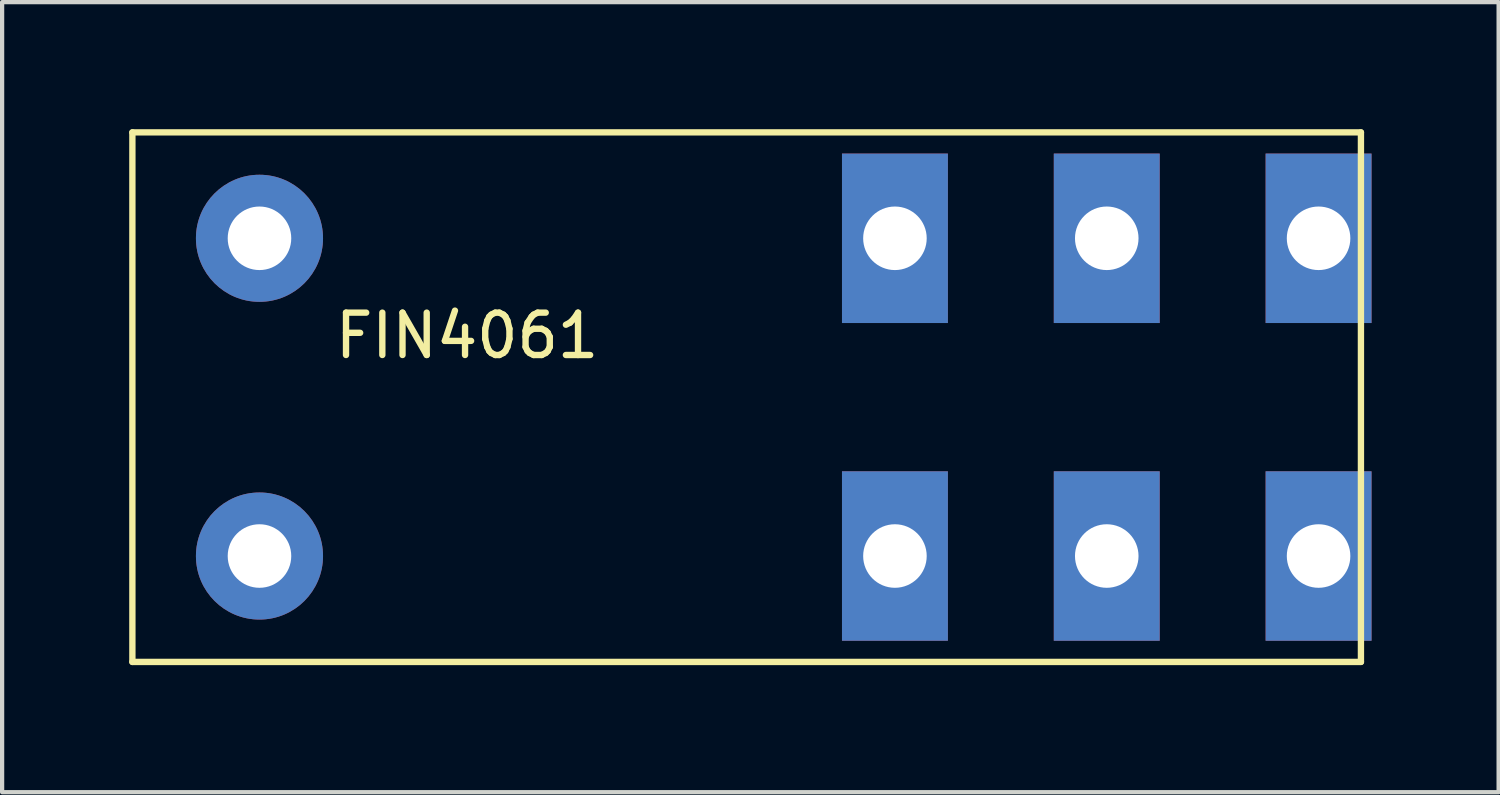
<source format=kicad_pcb>
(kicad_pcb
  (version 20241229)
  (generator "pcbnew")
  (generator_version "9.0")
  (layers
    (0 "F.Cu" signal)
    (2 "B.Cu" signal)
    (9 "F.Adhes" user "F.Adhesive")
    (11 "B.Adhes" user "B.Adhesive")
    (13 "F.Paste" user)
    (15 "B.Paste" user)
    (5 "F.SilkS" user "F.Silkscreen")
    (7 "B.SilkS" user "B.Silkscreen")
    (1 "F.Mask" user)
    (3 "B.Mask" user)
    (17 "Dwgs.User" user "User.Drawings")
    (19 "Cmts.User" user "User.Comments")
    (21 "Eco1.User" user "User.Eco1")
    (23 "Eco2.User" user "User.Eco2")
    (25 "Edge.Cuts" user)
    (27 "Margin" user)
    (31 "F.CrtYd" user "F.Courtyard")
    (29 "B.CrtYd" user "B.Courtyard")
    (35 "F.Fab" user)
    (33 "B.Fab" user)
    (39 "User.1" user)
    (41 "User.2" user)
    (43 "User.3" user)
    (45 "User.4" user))
  (footprint "FIN4061"
    (layer "F.Cu")
    (at 3.075 2.575)
    (property "Reference" "FIN4061" (at 4.9 2.3 0) (layer "F.SilkS") (effects (font (size 1 1) (thickness 0.15))))
    (attr through_hole)
    (fp_line (start -3 -2.5) (end -3 10) (stroke (width 0.15) (type solid)) (layer "F.SilkS"))
    (fp_line (start -3 -2.5) (end 26 -2.5) (stroke (width 0.15) (type solid)) (layer "F.SilkS"))
    (fp_line (start 26 10) (end -3 10) (stroke (width 0.15) (type solid)) (layer "F.SilkS"))
    (fp_line (start 26 10) (end 26 -2.5) (stroke (width 0.15) (type solid)) (layer "F.SilkS"))
    (pad "11" thru_hole rect (at 20 0) (size 2.5 4) (drill 1.5) (layers "*.Cu" "*.Mask"))
    (pad "12" thru_hole rect (at 15 0) (size 2.5 4) (drill 1.5) (layers "*.Cu" "*.Mask"))
    (pad "14" thru_hole rect (at 25 0) (size 2.5 4) (drill 1.5) (layers "*.Cu" "*.Mask"))
    (pad "21" thru_hole rect (at 20 7.5) (size 2.5 4) (drill 1.5) (layers "*.Cu" "*.Mask"))
    (pad "22" thru_hole rect (at 15 7.5) (size 2.5 4) (drill 1.5) (layers "*.Cu" "*.Mask"))
    (pad "24" thru_hole rect (at 25 7.5) (size 2.5 4) (drill 1.5) (layers "*.Cu" "*.Mask"))
    (pad "A1" thru_hole circle (at 0 0) (size 3 3) (drill 1.5) (layers "*.Cu" "*.Mask"))
    (pad "A2" thru_hole circle (at 0 7.5) (size 3 3) (drill 1.5) (layers "*.Cu" "*.Mask")))
  (gr_rect
    (start -3 -3)
    (end 32.325 15.65)
    (stroke (width 0.1) (type default))
    (fill no)
    (layer "Edge.Cuts")))
</source>
